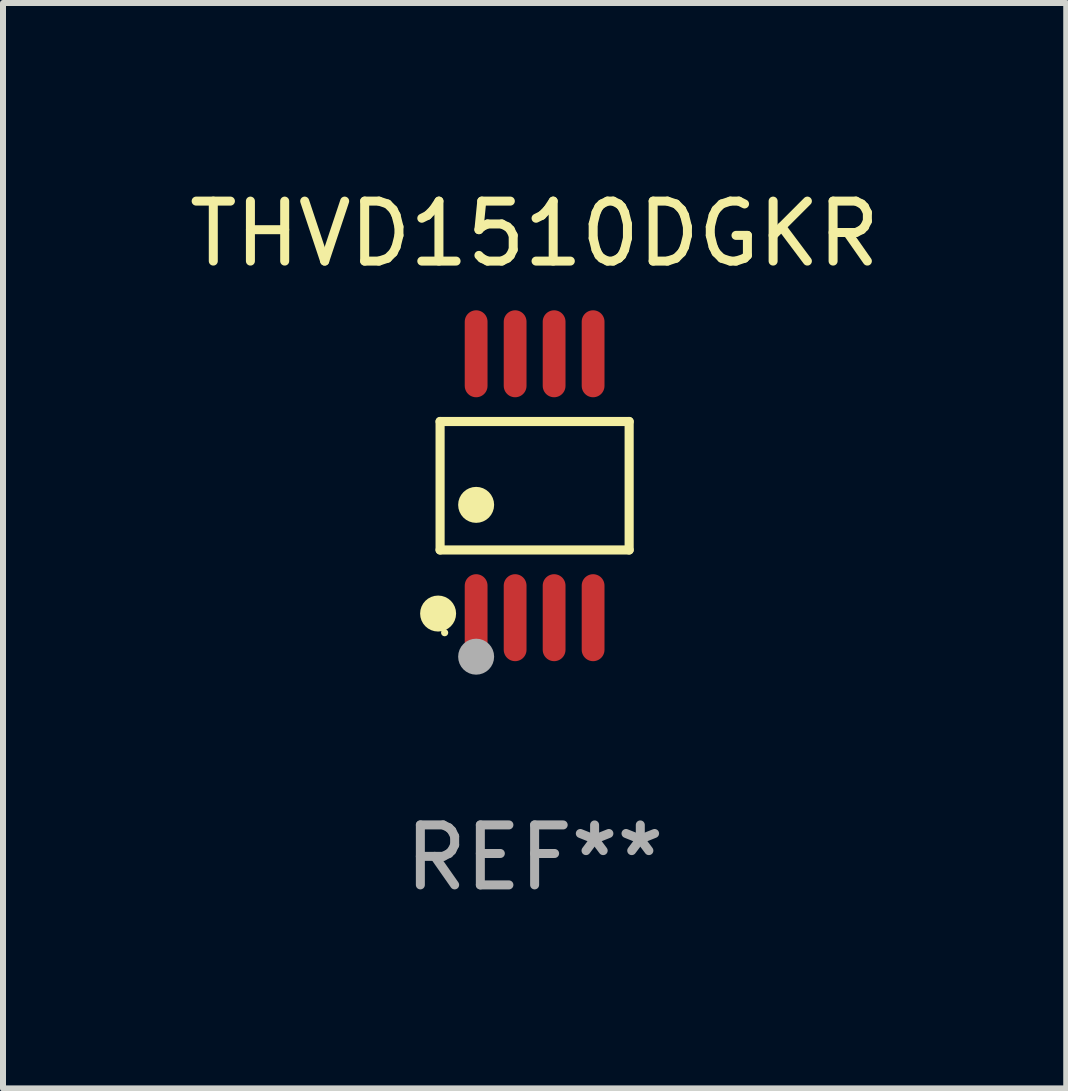
<source format=kicad_pcb>
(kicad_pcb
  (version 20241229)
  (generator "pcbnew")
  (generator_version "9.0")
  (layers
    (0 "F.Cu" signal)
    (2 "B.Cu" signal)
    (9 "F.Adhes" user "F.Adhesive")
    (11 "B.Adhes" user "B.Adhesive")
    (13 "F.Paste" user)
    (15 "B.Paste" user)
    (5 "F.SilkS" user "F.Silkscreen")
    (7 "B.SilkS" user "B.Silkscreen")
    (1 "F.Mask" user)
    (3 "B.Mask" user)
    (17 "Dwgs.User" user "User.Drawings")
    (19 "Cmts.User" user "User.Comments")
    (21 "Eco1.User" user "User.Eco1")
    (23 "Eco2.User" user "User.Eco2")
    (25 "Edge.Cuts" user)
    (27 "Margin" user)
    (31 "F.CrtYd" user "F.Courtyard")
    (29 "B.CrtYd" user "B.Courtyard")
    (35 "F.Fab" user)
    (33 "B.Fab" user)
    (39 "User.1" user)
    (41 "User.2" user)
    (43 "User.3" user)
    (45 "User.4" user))
  (footprint "THVD1510DGKR"
    (layer "F.Cu")
    (at 5.863 5.048)
    (property "Reference" "THVD1510DGKR" (at 0 -4.2 0) (layer "F.SilkS") (effects (font (size 1 1) (thickness 0.15))))
    (attr through_hole)
    (fp_line (start -1.576 -1.071) (end 1.576 -1.071) (stroke (width 0.152) (type solid)) (layer "F.SilkS"))
    (fp_line (start -1.576 1.071) (end -1.576 -1.071) (stroke (width 0.152) (type solid)) (layer "F.SilkS"))
    (fp_line (start 1.576 -1.071) (end 1.576 1.071) (stroke (width 0.152) (type solid)) (layer "F.SilkS"))
    (fp_line (start 1.576 1.071) (end -1.576 1.071) (stroke (width 0.152) (type solid)) (layer "F.SilkS"))
    (fp_circle (center -1.609 2.131) (end -1.459 2.131) (stroke (width 0.3) (type solid)) (fill no) (layer "F.SilkS"))
    (fp_circle (center -1.5 2.45) (end -1.47 2.45) (stroke (width 0.06) (type solid)) (fill no) (layer "F.SilkS"))
    (fp_circle (center -0.975 0.319) (end -0.825 0.319) (stroke (width 0.3) (type solid)) (fill no) (layer "F.SilkS"))
    (fp_circle (center -0.975 2.85) (end -0.825 2.85) (stroke (width 0.3) (type solid)) (fill no) (layer "F.Fab"))
    (fp_text user "REF**" (at 0 6.2 0) (layer "F.Fab") (effects (font (size 1 1) (thickness 0.15))))
    (pad "1" smd oval (at -0.975 2.2) (size 0.38 1.45) (layers "F.Cu" "F.Mask" "F.Paste"))
    (pad "2" smd oval (at -0.325 2.2) (size 0.38 1.45) (layers "F.Cu" "F.Mask" "F.Paste"))
    (pad "3" smd oval (at 0.325 2.2) (size 0.38 1.45) (layers "F.Cu" "F.Mask" "F.Paste"))
    (pad "4" smd oval (at 0.975 2.2) (size 0.38 1.45) (layers "F.Cu" "F.Mask" "F.Paste"))
    (pad "5" smd oval (at 0.975 -2.2) (size 0.38 1.45) (layers "F.Cu" "F.Mask" "F.Paste"))
    (pad "6" smd oval (at 0.325 -2.2) (size 0.38 1.45) (layers "F.Cu" "F.Mask" "F.Paste"))
    (pad "7" smd oval (at -0.325 -2.2) (size 0.38 1.45) (layers "F.Cu" "F.Mask" "F.Paste"))
    (pad "8" smd oval (at -0.975 -2.2) (size 0.38 1.45) (layers "F.Cu" "F.Mask" "F.Paste")))
  (gr_rect
    (start -3 -3)
    (end 14.726 15.096)
    (stroke (width 0.1) (type default))
    (fill no)
    (layer "Edge.Cuts")))
</source>
